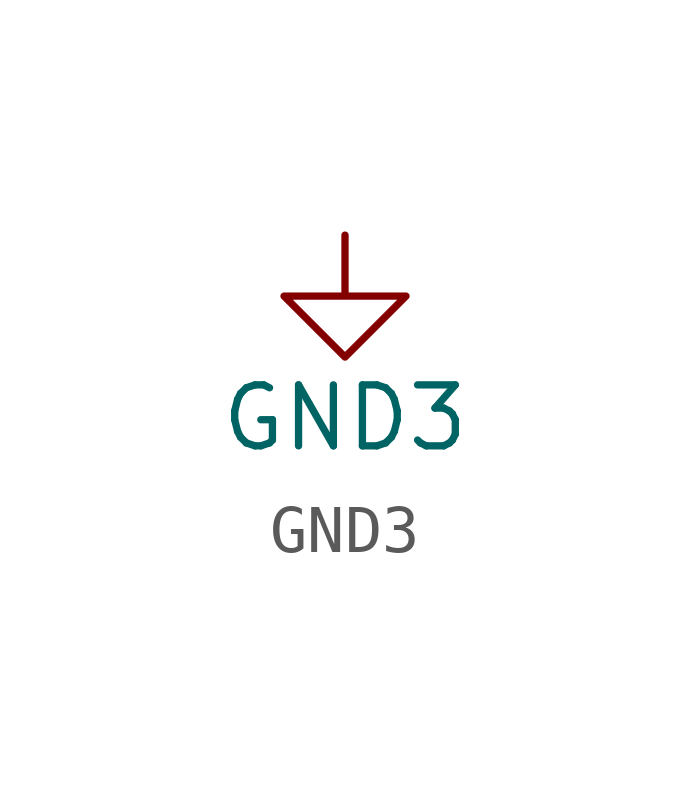
<source format=kicad_sym>
(kicad_symbol_lib
  (version 20211014)
  (generator kicad_symbol_editor)
  (symbol "power1:GND3"
    (power)
    (pin_names
      (offset 0))
    (property "Reference" "#PWR"
      (at 0 -6.35 0)
      (effects (font (size 1.27 1.27)) hide))
    (property "Value" "GND3"
      (at 0 -3.81 0)
      (effects (font (size 1.27 1.27))))
    (symbol "GND3_0_1"
      (polyline (pts (xy 0 0) (xy 0 -1.27) (xy 1.27 -1.27) (xy 0 -2.54) (xy -1.27 -1.27) (xy 0 -1.27)) (stroke (width 0) (type default) (color 0 0 0 0)) (fill (type none))))
    (symbol "GND3_1_1"
      (pin power_in line (at 0 0 270) (length 0) hide (name "GND3" (effects (font (size 1.27 1.27)))) (number "1" (effects (font (size 1.27 1.27))))))))
</source>
